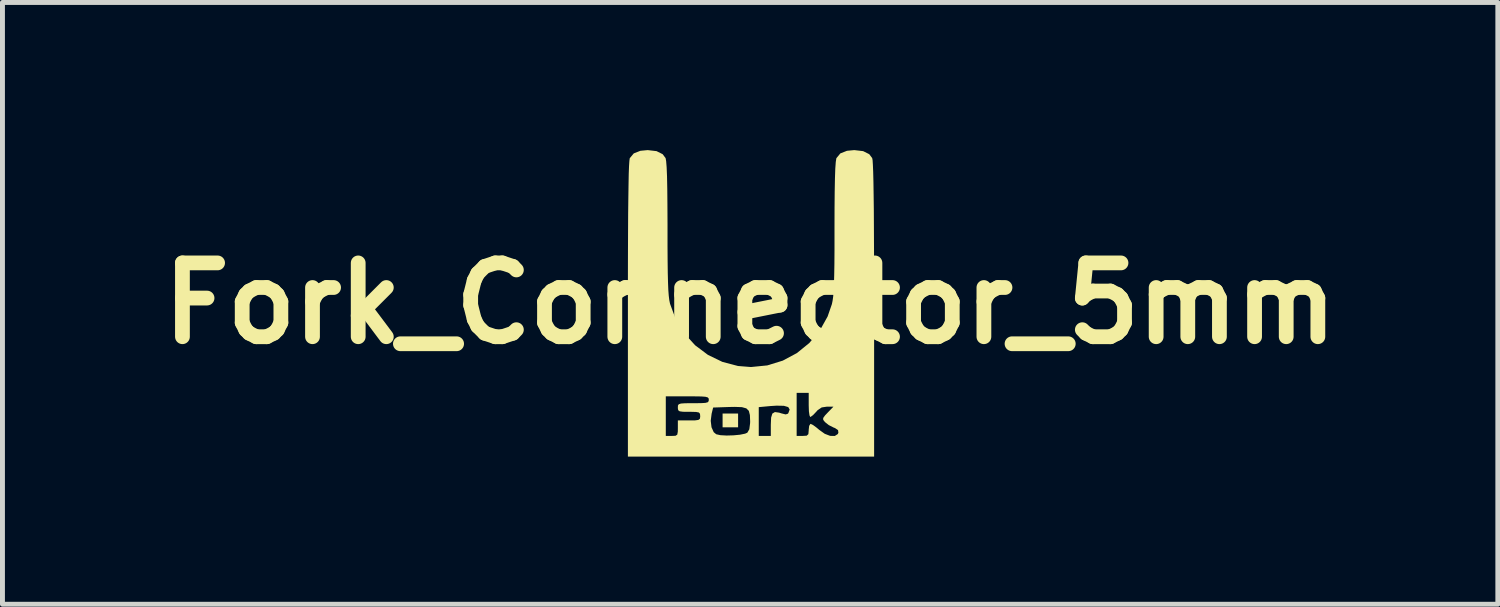
<source format=kicad_pcb>
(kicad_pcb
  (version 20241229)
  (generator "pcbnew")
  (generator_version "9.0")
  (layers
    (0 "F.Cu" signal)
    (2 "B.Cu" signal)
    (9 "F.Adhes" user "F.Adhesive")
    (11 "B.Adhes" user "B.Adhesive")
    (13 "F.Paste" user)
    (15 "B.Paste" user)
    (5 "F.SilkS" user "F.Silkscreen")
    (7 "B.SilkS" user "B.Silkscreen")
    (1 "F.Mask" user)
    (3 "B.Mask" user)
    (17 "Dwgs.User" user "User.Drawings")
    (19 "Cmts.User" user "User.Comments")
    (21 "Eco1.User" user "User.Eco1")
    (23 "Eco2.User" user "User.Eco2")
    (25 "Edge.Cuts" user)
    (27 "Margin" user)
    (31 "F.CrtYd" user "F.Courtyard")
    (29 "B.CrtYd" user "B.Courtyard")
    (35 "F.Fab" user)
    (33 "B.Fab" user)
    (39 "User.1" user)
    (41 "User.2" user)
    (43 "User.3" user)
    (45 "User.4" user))
  (footprint "Fork_Connector_5mm"
    (layer "F.Cu")
    (at 12.193 3.114)
    (property "Reference" "Fork_Connector_5mm" (at 0 0 0) (layer "F.SilkS") (effects (font (size 1.5 1.5) (thickness 0.3))))
    (attr board_only exclude_from_pos_files exclude_from_bom)
    (fp_poly (pts (xy -0.245 2.379) (xy -0.245 2.519) (xy -0.402 2.519) (xy -0.56 2.519) (xy -0.56 2.379) (xy -0.56 2.239) (xy -0.402 2.239) (xy -0.245 2.239)) (stroke (width 0) (type solid)) (fill yes) (layer "F.SilkS"))
    (fp_poly (pts (xy 2.296 -3.093) (xy 2.42 -3.031) (xy 2.48 -2.951) (xy 2.488 -2.909) (xy 2.494 -2.816) (xy 2.5 -2.672) (xy 2.505 -2.472) (xy 2.509 -2.216) (xy 2.513 -1.902) (xy 2.515 -1.526) (xy 2.517 -1.087) (xy 2.519 -0.583) (xy 2.519 -0.012) (xy 2.519 0.124) (xy 2.519 3.114) (xy 0.017 3.114) (xy -2.484 3.114) (xy -2.484 2.292) (xy -1.714 2.292) (xy -1.714 2.694) (xy -1.592 2.694) (xy -1.517 2.691) (xy -1.481 2.668) (xy -1.47 2.607) (xy -1.469 2.537) (xy -1.469 2.387) (xy -0.801 2.387) (xy -0.785 2.518) (xy -0.74 2.618) (xy -0.689 2.66) (xy -0.604 2.679) (xy -0.479 2.686) (xy -0.339 2.682) (xy -0.205 2.669) (xy -0.102 2.648) (xy -0.057 2.628) (xy -0.017 2.559) (xy -0.001 2.435) (xy 0 2.399) (xy -0.005 2.27) (xy -0.027 2.184) (xy -0.078 2.134) (xy -0.168 2.109) (xy -0.172 2.109) (xy 0.175 2.109) (xy 0.175 2.402) (xy 0.175 2.694) (xy 0.297 2.694) (xy 0.42 2.694) (xy 0.42 2.465) (xy 0.426 2.322) (xy 0.451 2.24) (xy 0.503 2.209) (xy 0.589 2.221) (xy 0.636 2.236) (xy 0.721 2.257) (xy 0.723 2.257) (xy 0.945 2.257) (xy 0.945 2.694) (xy 1.067 2.694) (xy 1.149 2.689) (xy 1.183 2.658) (xy 1.19 2.581) (xy 1.19 2.571) (xy 1.199 2.49) (xy 1.224 2.45) (xy 1.229 2.449) (xy 1.276 2.471) (xy 1.352 2.527) (xy 1.404 2.571) (xy 1.516 2.651) (xy 1.626 2.693) (xy 1.72 2.695) (xy 1.781 2.656) (xy 1.793 2.629) (xy 1.786 2.576) (xy 1.724 2.534) (xy 1.697 2.524) (xy 1.598 2.474) (xy 1.521 2.413) (xy 1.485 2.368) (xy 1.484 2.33) (xy 1.521 2.278) (xy 1.575 2.221) (xy 1.693 2.099) (xy 1.561 2.099) (xy 1.454 2.115) (xy 1.37 2.172) (xy 1.342 2.204) (xy 1.278 2.271) (xy 1.229 2.307) (xy 1.221 2.309) (xy 1.206 2.277) (xy 1.194 2.193) (xy 1.19 2.074) (xy 1.19 2.064) (xy 1.19 1.819) (xy 1.067 1.819) (xy 0.945 1.819) (xy 0.945 2.257) (xy 0.723 2.257) (xy 0.766 2.243) (xy 0.776 2.231) (xy 0.803 2.157) (xy 0.774 2.108) (xy 0.686 2.082) (xy 0.536 2.079) (xy 0.411 2.087) (xy 0.175 2.109) (xy -0.172 2.109) (xy -0.311 2.104) (xy -0.42 2.106) (xy -0.752 2.117) (xy -0.783 2.243) (xy -0.801 2.387) (xy -1.469 2.387) (xy -1.469 2.379) (xy -1.242 2.379) (xy -1.12 2.378) (xy -1.052 2.369) (xy -1.022 2.347) (xy -1.015 2.306) (xy -1.015 2.292) (xy -1.019 2.245) (xy -1.041 2.218) (xy -1.098 2.207) (xy -1.205 2.204) (xy -1.242 2.204) (xy -1.364 2.203) (xy -1.432 2.194) (xy -1.462 2.172) (xy -1.469 2.131) (xy -1.469 2.117) (xy -1.467 2.075) (xy -1.45 2.05) (xy -1.406 2.036) (xy -1.322 2.03) (xy -1.182 2.029) (xy -1.155 2.029) (xy -1.005 2.028) (xy -0.912 2.023) (xy -0.862 2.01) (xy -0.843 1.987) (xy -0.84 1.959) (xy -0.844 1.93) (xy -0.863 1.911) (xy -0.91 1.898) (xy -0.994 1.892) (xy -1.129 1.89) (xy -1.277 1.889) (xy -1.714 1.889) (xy -1.714 2.292) (xy -2.484 2.292) (xy -2.484 0.124) (xy -2.484 -0.462) (xy -2.483 -0.981) (xy -2.481 -1.434) (xy -2.479 -1.824) (xy -2.475 -2.152) (xy -2.471 -2.42) (xy -2.467 -2.632) (xy -2.461 -2.789) (xy -2.454 -2.893) (xy -2.447 -2.946) (xy -2.445 -2.951) (xy -2.365 -3.047) (xy -2.23 -3.1) (xy -2.082 -3.114) (xy -1.902 -3.093) (xy -1.778 -3.031) (xy -1.718 -2.951) (xy -1.707 -2.891) (xy -1.697 -2.768) (xy -1.689 -2.579) (xy -1.684 -2.324) (xy -1.681 -2.001) (xy -1.679 -1.61) (xy -1.679 -1.528) (xy -1.679 -1.165) (xy -1.677 -0.865) (xy -1.674 -0.621) (xy -1.669 -0.426) (xy -1.663 -0.274) (xy -1.654 -0.156) (xy -1.643 -0.066) (xy -1.629 0.004) (xy -1.627 0.011) (xy -1.51 0.328) (xy -1.338 0.61) (xy -1.118 0.852) (xy -0.858 1.047) (xy -0.565 1.189) (xy -0.247 1.273) (xy 0.017 1.294) (xy 0.349 1.261) (xy 0.663 1.164) (xy 0.949 1.011) (xy 1.202 0.806) (xy 1.413 0.556) (xy 1.574 0.267) (xy 1.661 0.016) (xy 1.675 -0.051) (xy 1.687 -0.136) (xy 1.696 -0.245) (xy 1.703 -0.387) (xy 1.708 -0.568) (xy 1.712 -0.795) (xy 1.714 -1.076) (xy 1.714 -1.417) (xy 1.714 -1.528) (xy 1.715 -1.932) (xy 1.718 -2.268) (xy 1.723 -2.535) (xy 1.73 -2.737) (xy 1.74 -2.873) (xy 1.751 -2.944) (xy 1.753 -2.951) (xy 1.833 -3.047) (xy 1.968 -3.1) (xy 2.117 -3.114)) (stroke (width 0) (type solid)) (fill yes) (layer "F.SilkS")))
  (gr_rect
    (start -3 -3)
    (end 27.386 9.228)
    (stroke (width 0.1) (type default))
    (fill no)
    (layer "Edge.Cuts")))
</source>
